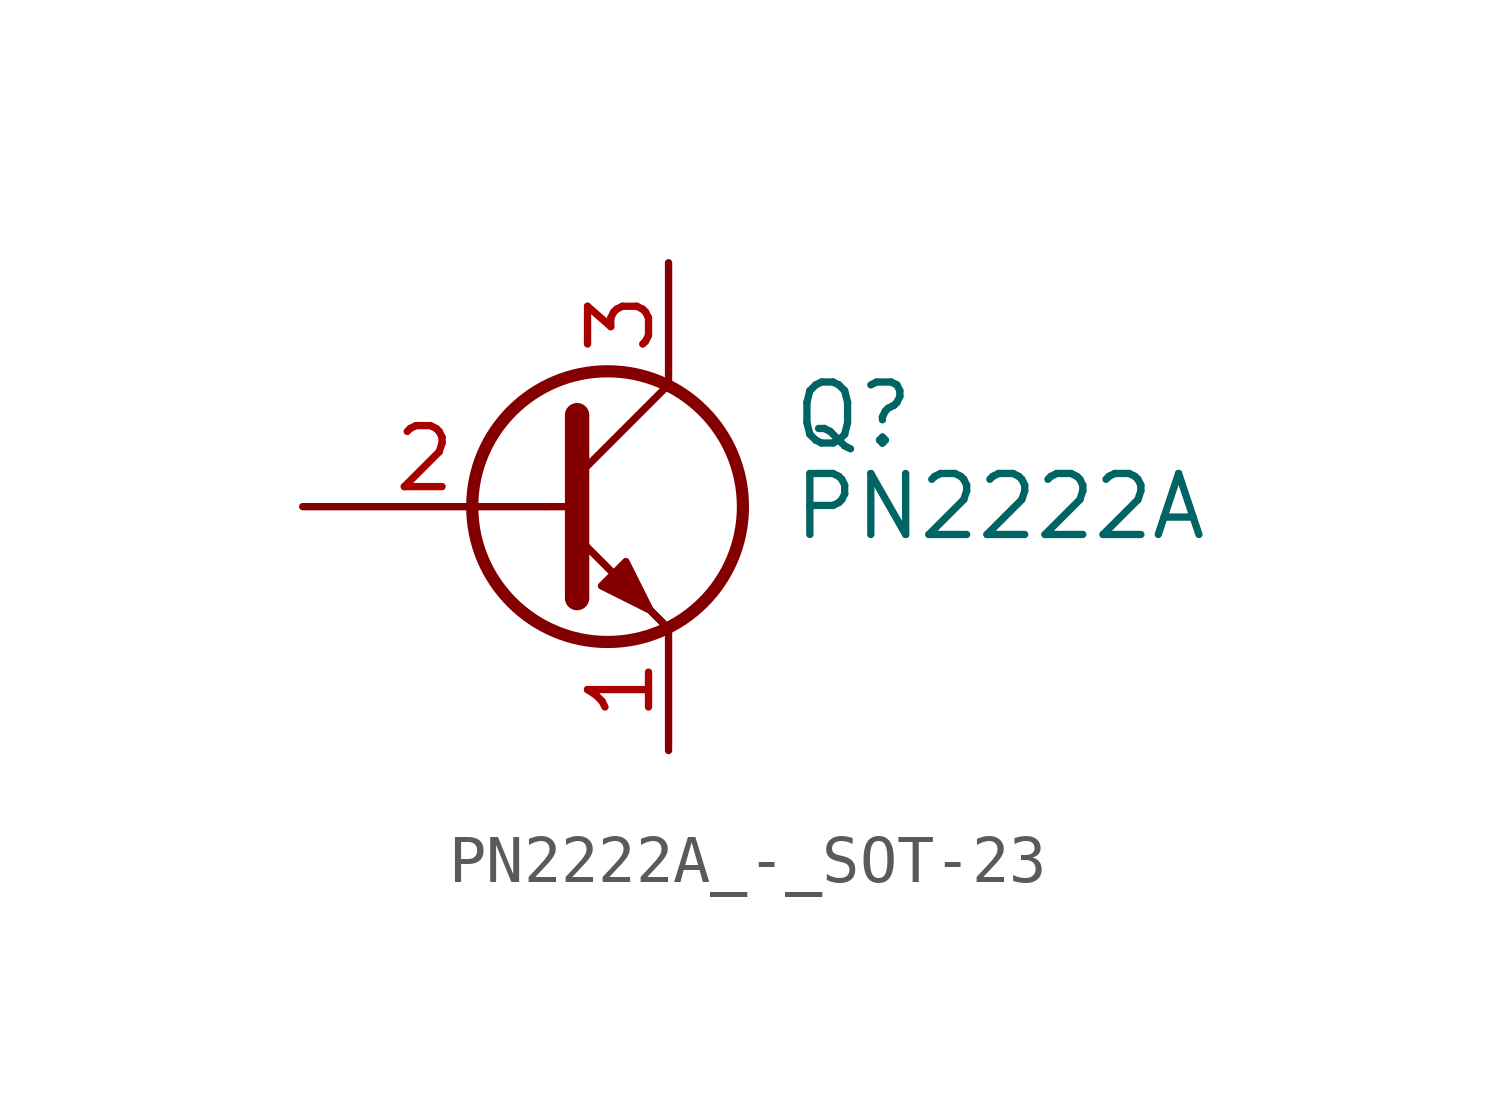
<source format=kicad_sym>
(kicad_symbol_lib
  (version 20220914)
  (generator kicad_symbol_editor)
  (symbol "PN2222A_-_SOT-23"
    (pin_names
      (offset 0) hide)
    (property "Reference" "Q"
      (at 5.08 1.905 0)
      (effects (font (size 1.27 1.27)) (justify left)))
    (property "Value" "PN2222A"
      (at 5.08 0 0)
      (effects (font (size 1.27 1.27)) (justify left)))
    (symbol "PN2222A_-_SOT-23_0_1"
      (polyline (pts (xy 0 0) (xy 0.635 0)) (stroke (width 0) (type default)) (fill (type none)))
      (polyline (pts (xy 2.54 -2.54) (xy 0.635 -0.635)) (stroke (width 0) (type default)) (fill (type none)))
      (polyline (pts (xy 2.54 2.54) (xy 0.635 0.635)) (stroke (width 0) (type default)) (fill (type none)))
      (polyline (pts (xy 0.635 1.905) (xy 0.635 -1.905) (xy 0.635 -1.905)) (stroke (width 0.508) (type default)) (fill (type none)))
      (polyline (pts (xy 2.413 -2.413) (xy 1.905 -1.905) (xy 1.905 -1.905)) (stroke (width 0) (type default)) (fill (type none)))
      (polyline (pts (xy 1.143 -1.651) (xy 1.651 -1.143) (xy 2.159 -2.159) (xy 1.143 -1.651) (xy 1.143 -1.651)) (stroke (width 0) (type default)) (fill (type outline)))
      (circle (center 1.27 0) (radius 2.819) (stroke (width 0.254) (type default)) (fill (type none))))
    (symbol "PN2222A_-_SOT-23_1_1"
      (pin passive line (at 2.54 -5.08 90) (length 2.54) (name "E" (effects (font (size 1.27 1.27)))) (number "1" (effects (font (size 1.27 1.27)))))
      (pin input line (at -5.08 0 0) (length 5.08) (name "B" (effects (font (size 1.27 1.27)))) (number "2" (effects (font (size 1.27 1.27)))))
      (pin passive line (at 2.54 5.08 270) (length 2.54) (name "C" (effects (font (size 1.27 1.27)))) (number "3" (effects (font (size 1.27 1.27))))))))
</source>
